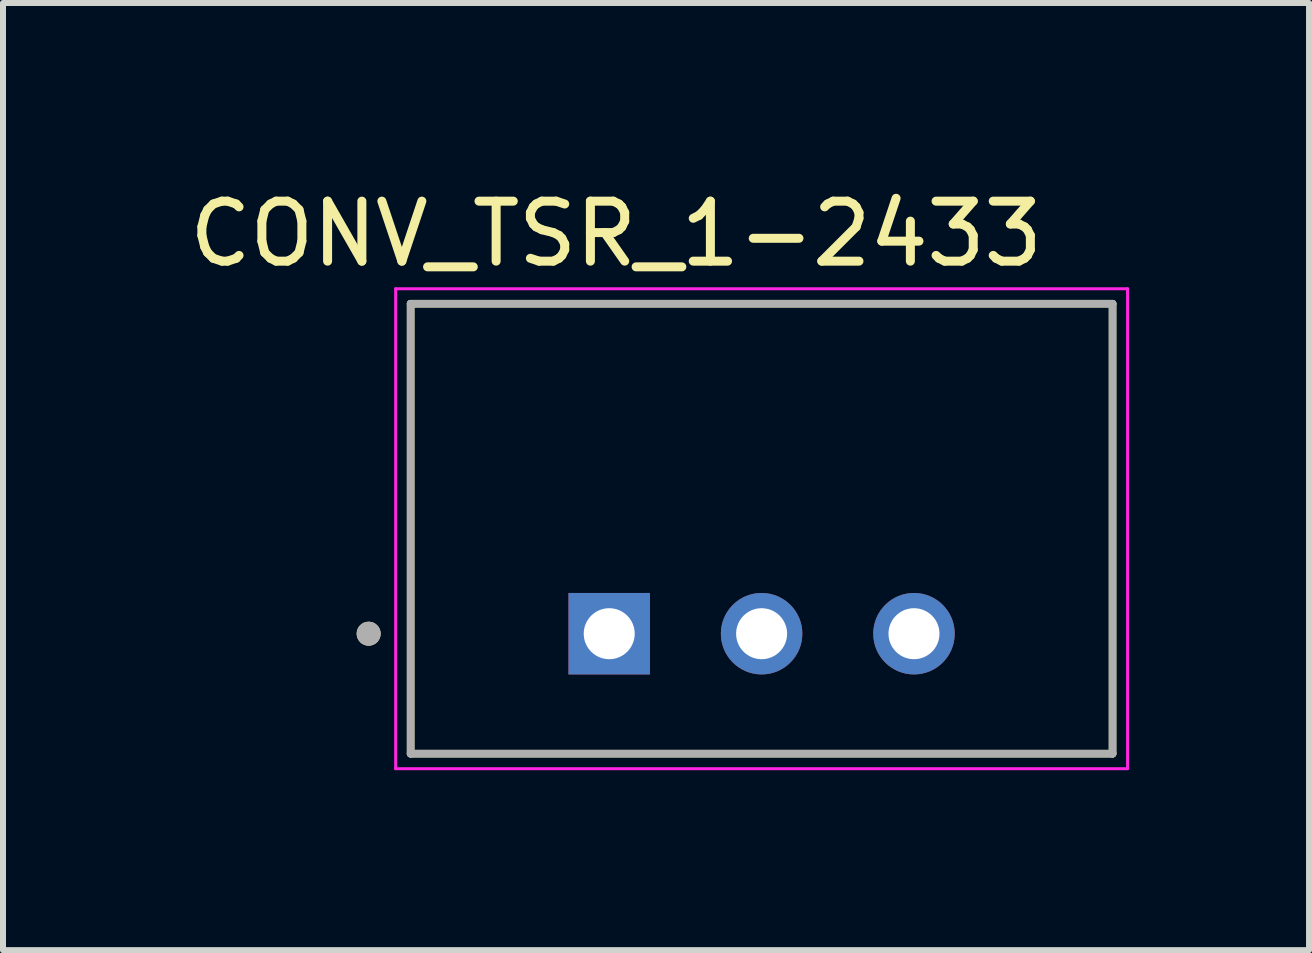
<source format=kicad_pcb>
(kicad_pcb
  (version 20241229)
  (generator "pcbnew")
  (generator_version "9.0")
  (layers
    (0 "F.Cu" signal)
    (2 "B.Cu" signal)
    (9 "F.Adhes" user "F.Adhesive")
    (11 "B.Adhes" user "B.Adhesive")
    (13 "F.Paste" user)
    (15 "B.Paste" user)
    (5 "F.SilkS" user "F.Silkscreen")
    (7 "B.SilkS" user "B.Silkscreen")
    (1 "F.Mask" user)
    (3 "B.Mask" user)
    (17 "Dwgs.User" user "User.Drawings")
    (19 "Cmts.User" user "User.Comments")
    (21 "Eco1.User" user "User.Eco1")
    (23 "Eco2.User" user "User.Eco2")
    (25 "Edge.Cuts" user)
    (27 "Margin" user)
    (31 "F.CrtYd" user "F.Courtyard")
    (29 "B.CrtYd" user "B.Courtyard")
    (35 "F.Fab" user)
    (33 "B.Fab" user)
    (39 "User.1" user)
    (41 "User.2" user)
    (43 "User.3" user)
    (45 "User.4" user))
  (footprint "CONV_TSR_1-2433"
    (layer "F.Cu")
    (at 9.645 5.763)
    (property "Reference" "CONV_TSR_1-2433" (at -2.425 -4.915 0) (layer "F.SilkS") (effects (font (size 1 1) (thickness 0.15))))
    (attr through_hole)
    (fp_line (start -5.85 -3.75) (end 5.85 -3.75) (stroke (width 0.127) (type solid)) (layer "F.SilkS"))
    (fp_line (start -5.85 3.75) (end -5.85 -3.75) (stroke (width 0.127) (type solid)) (layer "F.SilkS"))
    (fp_line (start -5.85 3.75) (end 5.85 3.75) (stroke (width 0.127) (type solid)) (layer "F.SilkS"))
    (fp_line (start 5.85 -3.75) (end 5.85 3.75) (stroke (width 0.127) (type solid)) (layer "F.SilkS"))
    (fp_circle (center -6.55 1.75) (end -6.45 1.75) (stroke (width 0.2) (type solid)) (fill no) (layer "F.SilkS"))
    (fp_line (start -6.1 -4) (end -6.1 4) (stroke (width 0.05) (type solid)) (layer "F.CrtYd"))
    (fp_line (start -6.1 4) (end 6.1 4) (stroke (width 0.05) (type solid)) (layer "F.CrtYd"))
    (fp_line (start 6.1 -4) (end -6.1 -4) (stroke (width 0.05) (type solid)) (layer "F.CrtYd"))
    (fp_line (start 6.1 4) (end 6.1 -4) (stroke (width 0.05) (type solid)) (layer "F.CrtYd"))
    (fp_line (start -5.85 -3.75) (end 5.85 -3.75) (stroke (width 0.127) (type solid)) (layer "F.Fab"))
    (fp_line (start -5.85 3.75) (end -5.85 -3.75) (stroke (width 0.127) (type solid)) (layer "F.Fab"))
    (fp_line (start 5.85 -3.75) (end 5.85 3.75) (stroke (width 0.127) (type solid)) (layer "F.Fab"))
    (fp_line (start 5.85 3.75) (end -5.85 3.75) (stroke (width 0.127) (type solid)) (layer "F.Fab"))
    (fp_circle (center -6.55 1.75) (end -6.45 1.75) (stroke (width 0.2) (type solid)) (fill no) (layer "F.Fab"))
    (pad "1" thru_hole rect (at -2.54 1.75) (size 1.358 1.358) (drill 0.85) (layers "*.Cu" "*.Mask"))
    (pad "2" thru_hole circle (at 0 1.75) (size 1.358 1.358) (drill 0.85) (layers "*.Cu" "*.Mask"))
    (pad "3" thru_hole circle (at 2.54 1.75) (size 1.358 1.358) (drill 0.85) (layers "*.Cu" "*.Mask")))
  (gr_rect
    (start -3 -3)
    (end 18.77 12.788)
    (stroke (width 0.1) (type default))
    (fill no)
    (layer "Edge.Cuts")))
</source>
